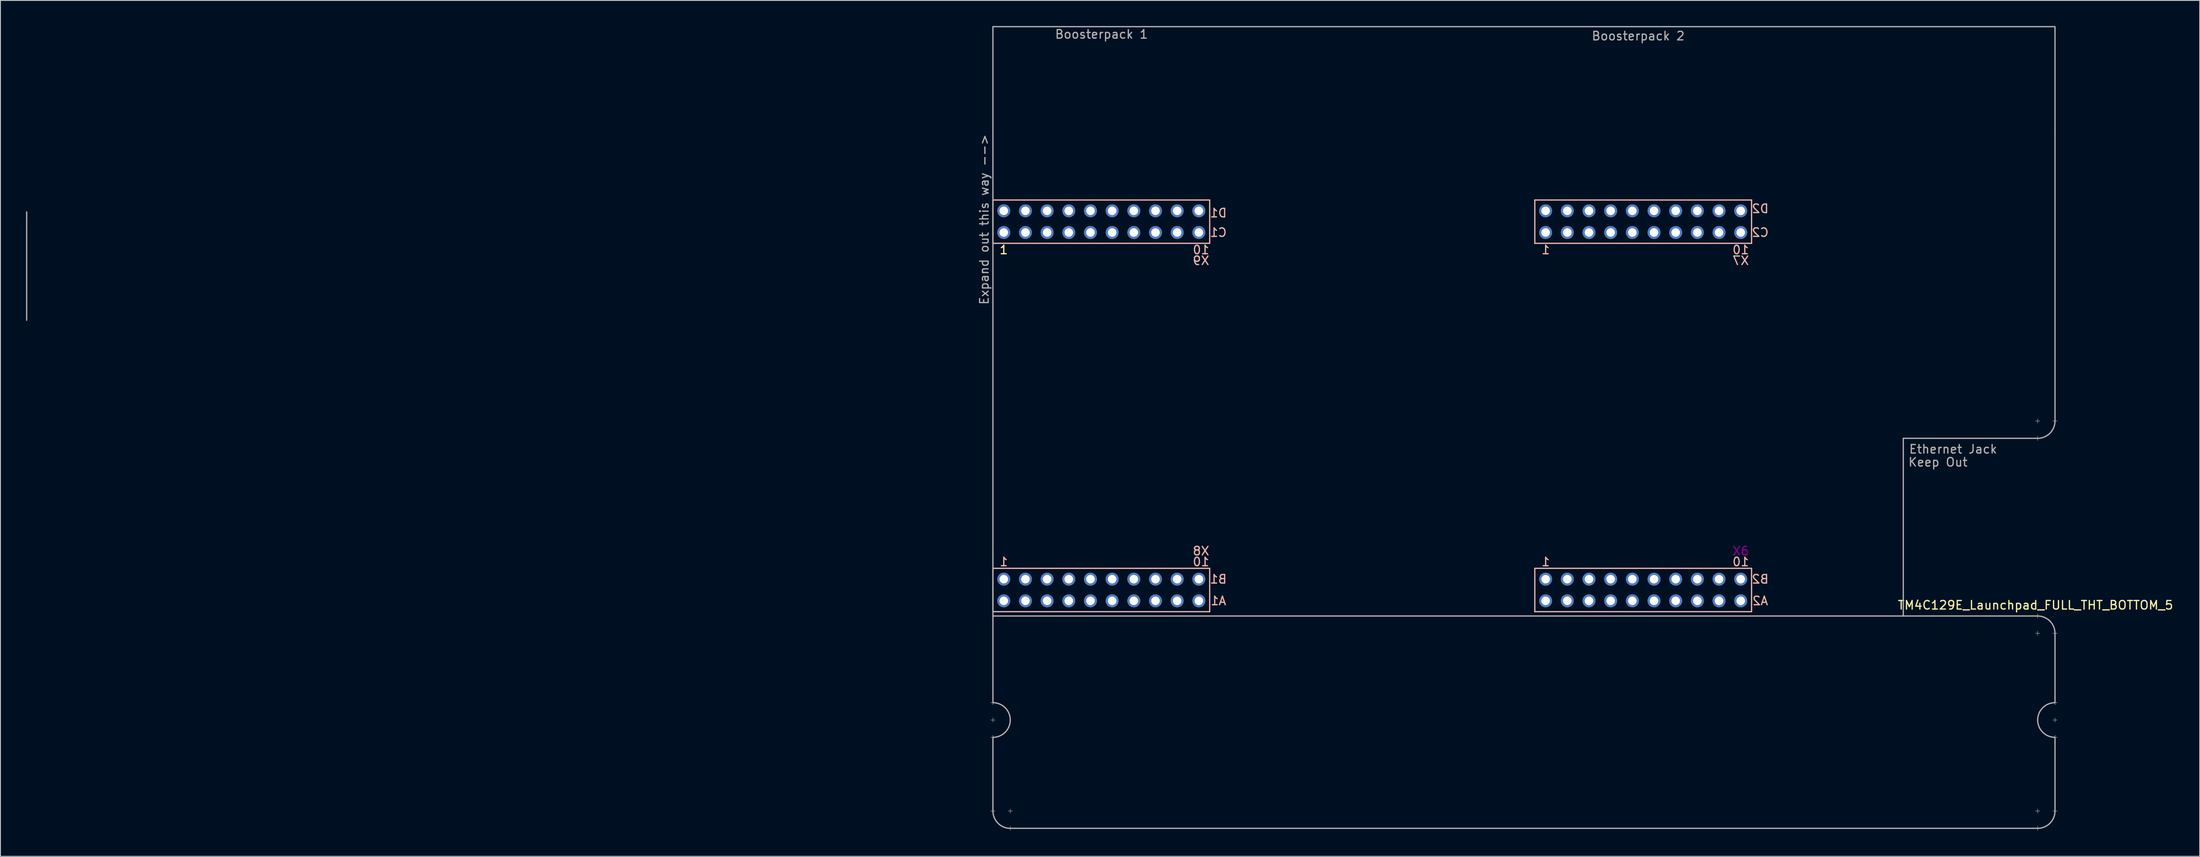
<source format=kicad_pcb>
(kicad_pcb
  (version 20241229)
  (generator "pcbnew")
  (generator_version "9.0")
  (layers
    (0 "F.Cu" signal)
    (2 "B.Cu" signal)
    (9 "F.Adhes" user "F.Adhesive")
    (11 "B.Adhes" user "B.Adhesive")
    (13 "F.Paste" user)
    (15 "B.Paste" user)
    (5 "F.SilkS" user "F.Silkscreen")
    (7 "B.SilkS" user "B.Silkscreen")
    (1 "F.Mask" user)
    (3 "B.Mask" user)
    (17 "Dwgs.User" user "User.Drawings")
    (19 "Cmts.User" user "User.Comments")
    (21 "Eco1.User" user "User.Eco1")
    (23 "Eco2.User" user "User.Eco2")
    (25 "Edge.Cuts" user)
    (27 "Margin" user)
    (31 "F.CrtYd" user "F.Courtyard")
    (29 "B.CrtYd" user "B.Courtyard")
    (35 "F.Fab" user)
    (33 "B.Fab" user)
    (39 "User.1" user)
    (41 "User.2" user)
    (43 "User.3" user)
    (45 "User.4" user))
  (footprint "TM4C129E_Launchpad_FULL_THT_BOTTOM_5"
    (layer "F.Cu")
    (at 113.308 68.655)
    (property "Reference" "TM4C129E_Launchpad_FULL_THT_BOTTOM_5" (at 122.174 -0.762 180) (layer "F.SilkS") (effects (font (size 1 1) (thickness 0.15))))
    (attr through_hole)
    (fp_line (start 0 -48.26) (end 0 -43.18) (stroke (width 0.15) (type solid)) (layer "B.SilkS"))
    (fp_line (start 0 -43.18) (end 25.4 -43.18) (stroke (width 0.15) (type solid)) (layer "B.SilkS"))
    (fp_line (start 0 -5.08) (end 0 0) (stroke (width 0.15) (type solid)) (layer "B.SilkS"))
    (fp_line (start 0 0) (end 25.4 0) (stroke (width 0.15) (type solid)) (layer "B.SilkS"))
    (fp_line (start 25.4 -48.26) (end 0 -48.26) (stroke (width 0.15) (type solid)) (layer "B.SilkS"))
    (fp_line (start 25.4 -43.18) (end 25.4 -48.26) (stroke (width 0.15) (type solid)) (layer "B.SilkS"))
    (fp_line (start 25.4 -5.08) (end 0 -5.08) (stroke (width 0.15) (type solid)) (layer "B.SilkS"))
    (fp_line (start 25.4 0) (end 25.4 -5.08) (stroke (width 0.15) (type solid)) (layer "B.SilkS"))
    (fp_line (start 63.5 -48.26) (end 63.5 -43.18) (stroke (width 0.15) (type solid)) (layer "B.SilkS"))
    (fp_line (start 63.5 -43.18) (end 88.9 -43.18) (stroke (width 0.15) (type solid)) (layer "B.SilkS"))
    (fp_line (start 63.5 -5.08) (end 63.5 0) (stroke (width 0.15) (type solid)) (layer "B.SilkS"))
    (fp_line (start 63.5 0) (end 88.9 0) (stroke (width 0.15) (type solid)) (layer "B.SilkS"))
    (fp_line (start 88.9 -48.26) (end 63.5 -48.26) (stroke (width 0.15) (type solid)) (layer "B.SilkS"))
    (fp_line (start 88.9 -43.18) (end 88.9 -48.26) (stroke (width 0.15) (type solid)) (layer "B.SilkS"))
    (fp_line (start 88.9 -5.08) (end 63.5 -5.08) (stroke (width 0.15) (type solid)) (layer "B.SilkS"))
    (fp_line (start 88.9 0) (end 88.9 -5.08) (stroke (width 0.15) (type solid)) (layer "B.SilkS"))
    (fp_line (start -113.233 -34.163) (end -113.233 -46.863) (stroke (width 0.15) (type solid)) (layer "F.Fab"))
    (fp_line (start -0.254 10.668) (end 0.254 10.668) (stroke (width 0.05) (type solid)) (layer "F.Fab"))
    (fp_line (start -0.254 12.7) (end 0.254 12.7) (stroke (width 0.05) (type solid)) (layer "F.Fab"))
    (fp_line (start -0.254 14.732) (end 0.254 14.732) (stroke (width 0.05) (type solid)) (layer "F.Fab"))
    (fp_line (start 0 -68.58) (end 124.46 -68.58) (stroke (width 0.15) (type solid)) (layer "F.Fab"))
    (fp_line (start 0 -55.88) (end 0 -68.58) (stroke (width 0.15) (type solid)) (layer "F.Fab"))
    (fp_line (start 0 -55.88) (end 0 0.508) (stroke (width 0.15) (type solid)) (layer "F.Fab"))
    (fp_line (start 0 0.508) (end 122.428 0.508) (stroke (width 0.15) (type solid)) (layer "F.Fab"))
    (fp_line (start 0 10.414) (end 0 10.922) (stroke (width 0.05) (type solid)) (layer "F.Fab"))
    (fp_line (start 0 10.668) (end 0 0.508) (stroke (width 0.15) (type solid)) (layer "F.Fab"))
    (fp_line (start 0 12.446) (end 0 12.954) (stroke (width 0.05) (type solid)) (layer "F.Fab"))
    (fp_line (start 0 14.478) (end 0 14.986) (stroke (width 0.05) (type solid)) (layer "F.Fab"))
    (fp_line (start 0 22.86) (end 0 14.732) (stroke (width 0.15) (type solid)) (layer "F.Fab"))
    (fp_line (start 0 22.86) (end 0 23.368) (stroke (width 0.15) (type solid)) (layer "F.Fab"))
    (fp_line (start 0.254 23.368) (end -0.254 23.368) (stroke (width 0.05) (type solid)) (layer "F.Fab"))
    (fp_line (start 1.778 23.368) (end 2.286 23.368) (stroke (width 0.05) (type solid)) (layer "F.Fab"))
    (fp_line (start 2.032 23.114) (end 2.032 23.622) (stroke (width 0.05) (type solid)) (layer "F.Fab"))
    (fp_line (start 2.032 25.146) (end 2.032 25.654) (stroke (width 0.05) (type solid)) (layer "F.Fab"))
    (fp_line (start 2.032 25.4) (end 2.54 25.4) (stroke (width 0.15) (type solid)) (layer "F.Fab"))
    (fp_line (start 2.54 25.4) (end 121.92 25.4) (stroke (width 0.15) (type solid)) (layer "F.Fab"))
    (fp_line (start 106.68 -20.32) (end 106.68 0.508) (stroke (width 0.15) (type solid)) (layer "F.Fab"))
    (fp_line (start 121.92 25.4) (end 122.428 25.4) (stroke (width 0.15) (type solid)) (layer "F.Fab"))
    (fp_line (start 122.174 -22.352) (end 122.682 -22.352) (stroke (width 0.05) (type solid)) (layer "F.Fab"))
    (fp_line (start 122.174 2.54) (end 122.682 2.54) (stroke (width 0.05) (type solid)) (layer "F.Fab"))
    (fp_line (start 122.174 23.368) (end 122.682 23.368) (stroke (width 0.05) (type solid)) (layer "F.Fab"))
    (fp_line (start 122.428 -22.606) (end 122.428 -22.098) (stroke (width 0.05) (type solid)) (layer "F.Fab"))
    (fp_line (start 122.428 -20.574) (end 122.428 -20.066) (stroke (width 0.05) (type solid)) (layer "F.Fab"))
    (fp_line (start 122.428 -20.32) (end 106.68 -20.32) (stroke (width 0.15) (type solid)) (layer "F.Fab"))
    (fp_line (start 122.428 0.254) (end 122.428 0.762) (stroke (width 0.05) (type solid)) (layer "F.Fab"))
    (fp_line (start 122.428 2.286) (end 122.428 2.794) (stroke (width 0.05) (type solid)) (layer "F.Fab"))
    (fp_line (start 122.428 23.114) (end 122.428 23.622) (stroke (width 0.05) (type solid)) (layer "F.Fab"))
    (fp_line (start 122.428 25.146) (end 122.428 25.654) (stroke (width 0.05) (type solid)) (layer "F.Fab"))
    (fp_line (start 124.206 -22.352) (end 124.714 -22.352) (stroke (width 0.05) (type solid)) (layer "F.Fab"))
    (fp_line (start 124.206 2.54) (end 124.714 2.54) (stroke (width 0.05) (type solid)) (layer "F.Fab"))
    (fp_line (start 124.206 10.668) (end 124.714 10.668) (stroke (width 0.05) (type solid)) (layer "F.Fab"))
    (fp_line (start 124.206 12.7) (end 124.714 12.7) (stroke (width 0.05) (type solid)) (layer "F.Fab"))
    (fp_line (start 124.206 14.732) (end 124.714 14.732) (stroke (width 0.05) (type solid)) (layer "F.Fab"))
    (fp_line (start 124.206 23.368) (end 124.714 23.368) (stroke (width 0.05) (type solid)) (layer "F.Fab"))
    (fp_line (start 124.46 -55.88) (end 124.46 -68.58) (stroke (width 0.15) (type solid)) (layer "F.Fab"))
    (fp_line (start 124.46 -55.88) (end 124.46 -22.352) (stroke (width 0.15) (type solid)) (layer "F.Fab"))
    (fp_line (start 124.46 10.414) (end 124.46 10.922) (stroke (width 0.05) (type solid)) (layer "F.Fab"))
    (fp_line (start 124.46 10.668) (end 124.46 2.54) (stroke (width 0.15) (type solid)) (layer "F.Fab"))
    (fp_line (start 124.46 12.446) (end 124.46 12.954) (stroke (width 0.05) (type solid)) (layer "F.Fab"))
    (fp_line (start 124.46 14.478) (end 124.46 14.986) (stroke (width 0.05) (type solid)) (layer "F.Fab"))
    (fp_line (start 124.46 14.732) (end 124.46 22.86) (stroke (width 0.15) (type solid)) (layer "F.Fab"))
    (fp_line (start 124.46 23.343) (end 124.46 22.86) (stroke (width 0.15) (type solid)) (layer "F.Fab"))
    (fp_arc (start 0 10.668) (mid 1.436841 11.263159) (end 2.032 12.7) (stroke (width 0.15) (type solid)) (layer "F.Fab"))
    (fp_arc (start 2.032 12.7) (mid 1.436841 14.136841) (end 0 14.732) (stroke (width 0.15) (type solid)) (layer "F.Fab"))
    (fp_arc (start 2.032 25.4) (mid 0.595159 24.804841) (end 0 23.368) (stroke (width 0.15) (type solid)) (layer "F.Fab"))
    (fp_arc (start 122.428 0.508) (mid 123.864841 1.103159) (end 124.46 2.54) (stroke (width 0.15) (type solid)) (layer "F.Fab"))
    (fp_arc (start 122.428 12.7) (mid 123.023159 11.263159) (end 124.46 10.668) (stroke (width 0.15) (type solid)) (layer "F.Fab"))
    (fp_arc (start 124.46 -22.352) (mid 123.864841 -20.915159) (end 122.428 -20.32) (stroke (width 0.15) (type solid)) (layer "F.Fab"))
    (fp_arc (start 124.46 14.732) (mid 123.023159 14.136841) (end 122.428 12.7) (stroke (width 0.15) (type solid)) (layer "F.Fab"))
    (fp_arc (start 124.46 23.368) (mid 123.864841 24.804841) (end 122.428 25.4) (stroke (width 0.15) (type solid)) (layer "F.Fab"))
    (fp_text user "1" (at 1.27 -42.418 180) (layer "F.SilkS") (effects (font (size 1 1) (thickness 0.15))))
    (fp_text user "B2" (at 89.916 -3.81 180) (layer "B.SilkS") (effects (font (size 1 1) (thickness 0.15)) (justify mirror)))
    (fp_text user "X9" (at 24.384 -41.148 180) (layer "B.SilkS") (effects (font (size 1 1) (thickness 0.15)) (justify mirror)))
    (fp_text user "10" (at 24.384 -5.842 180) (layer "B.SilkS") (effects (font (size 1 1) (thickness 0.15)) (justify mirror)))
    (fp_text user "D2" (at 89.916 -47.244 0) (layer "B.SilkS") (effects (font (size 1 1) (thickness 0.15)) (justify mirror)))
    (fp_text user "10" (at 24.384 -42.418 180) (layer "B.SilkS") (effects (font (size 1 1) (thickness 0.15)) (justify mirror)))
    (fp_text user "D1" (at 26.416 -46.736 180) (layer "B.SilkS") (effects (font (size 1 1) (thickness 0.15)) (justify mirror)))
    (fp_text user "X8" (at 24.384 -7.112 180) (layer "B.SilkS") (effects (font (size 1 1) (thickness 0.15)) (justify mirror)))
    (fp_text user "10" (at 87.63 -5.842 180) (layer "B.SilkS") (effects (font (size 1 1) (thickness 0.15)) (justify mirror)))
    (fp_text user "C1" (at 26.416 -44.45 180) (layer "B.SilkS") (effects (font (size 1 1) (thickness 0.15)) (justify mirror)))
    (fp_text user "1" (at 64.77 -5.842 180) (layer "B.SilkS") (effects (font (size 1 1) (thickness 0.15)) (justify mirror)))
    (fp_text user "C2" (at 89.916 -44.45 180) (layer "B.SilkS") (effects (font (size 1 1) (thickness 0.15)) (justify mirror)))
    (fp_text user "10" (at 87.63 -42.418 180) (layer "B.SilkS") (effects (font (size 1 1) (thickness 0.15)) (justify mirror)))
    (fp_text user "A2" (at 89.916 -1.27 180) (layer "B.SilkS") (effects (font (size 1 1) (thickness 0.15)) (justify mirror)))
    (fp_text user "X7" (at 87.63 -41.148 180) (layer "B.SilkS") (effects (font (size 1 1) (thickness 0.15)) (justify mirror)))
    (fp_text user "1" (at 64.77 -42.418 180) (layer "B.SilkS") (effects (font (size 1 1) (thickness 0.15)) (justify mirror)))
    (fp_text user "A1" (at 26.416 -1.27 180) (layer "B.SilkS") (effects (font (size 1 1) (thickness 0.15)) (justify mirror)))
    (fp_text user "1" (at 1.27 -5.842 180) (layer "B.SilkS") (effects (font (size 1 1) (thickness 0.15)) (justify mirror)))
    (fp_text user "B1" (at 26.416 -3.81 180) (layer "B.SilkS") (effects (font (size 1 1) (thickness 0.15)) (justify mirror)))
    (fp_text user "X6" (at 87.63 -7.112 0) (layer "F.Adhes") (effects (font (size 1 1) (thickness 0.15))))
    (fp_text user "Boosterpack 1" (at 12.725 -67.691 0) (layer "F.Fab") (effects (font (size 1 1) (thickness 0.15))))
    (fp_text user "Ethernet Jack" (at 112.522 -19.05 0) (layer "F.Fab") (effects (font (size 1 1) (thickness 0.15))))
    (fp_text user "Boosterpack 2" (at 75.616 -67.488 0) (layer "F.Fab") (effects (font (size 1 1) (thickness 0.15))))
    (fp_text user "Expand out this way -->" (at -1.016 -45.974 90) (layer "F.Fab") (effects (font (size 1 1) (thickness 0.15))))
    (fp_text user "Keep Out" (at 110.744 -17.526 0) (layer "F.Fab") (effects (font (size 1 1) (thickness 0.15))))
    (pad "+3V3" thru_hole circle (at 1.27 -1.27 180) (size 1.52 1.52) (drill 1) (layers "*.Cu" "*.Mask" "F.Paste"))
    (pad "+3V3" thru_hole circle (at 64.77 -1.27 180) (size 1.52 1.52) (drill 1) (layers "*.Cu" "*.Mask" "F.Paste"))
    (pad "+5V" thru_hole circle (at 1.27 -3.81 180) (size 1.52 1.52) (drill 1) (layers "*.Cu" "*.Mask" "F.Paste"))
    (pad "+5V`" thru_hole circle (at 64.77 -3.81 180) (size 1.52 1.52) (drill 1) (layers "*.Cu" "*.Mask" "F.Paste"))
    (pad "GND" thru_hole circle (at 1.27 -46.99 180) (size 1.52 1.52) (drill 1) (layers "*.Cu" "*.Mask" "F.Paste"))
    (pad "GND" thru_hole circle (at 3.81 -3.81 180) (size 1.52 1.52) (drill 1) (layers "*.Cu" "*.Mask" "F.Paste"))
    (pad "GND" thru_hole circle (at 64.77 -46.99 180) (size 1.52 1.52) (drill 1) (layers "*.Cu" "*.Mask" "F.Paste"))
    (pad "GND" thru_hole circle (at 67.31 -3.81 180) (size 1.52 1.52) (drill 1) (layers "*.Cu" "*.Mask" "F.Paste"))
    (pad "PA4" thru_hole circle (at 85.09 -3.81 180) (size 1.52 1.52) (drill 1) (layers "*.Cu" "*.Mask" "F.Paste"))
    (pad "PA5" thru_hole circle (at 87.63 -3.81 180) (size 1.52 1.52) (drill 1) (layers "*.Cu" "*.Mask" "F.Paste"))
    (pad "PA6" thru_hole circle (at 19.05 -3.81 180) (size 1.52 1.52) (drill 1) (layers "*.Cu" "*.Mask" "F.Paste"))
    (pad "PA7" thru_hole circle (at 72.39 -46.99 180) (size 1.52 1.52) (drill 1) (layers "*.Cu" "*.Mask" "F.Paste"))
    (pad "PB2" thru_hole circle (at 21.59 -1.27 180) (size 1.52 1.52) (drill 1) (layers "*.Cu" "*.Mask" "F.Paste"))
    (pad "PB3" thru_hole circle (at 24.13 -1.27 180) (size 1.52 1.52) (drill 1) (layers "*.Cu" "*.Mask" "F.Paste"))
    (pad "PB4" thru_hole circle (at 69.85 -3.81 180) (size 1.52 1.52) (drill 1) (layers "*.Cu" "*.Mask" "F.Paste"))
    (pad "PB5" thru_hole circle (at 72.39 -3.81 180) (size 1.52 1.52) (drill 1) (layers "*.Cu" "*.Mask" "F.Paste"))
    (pad "PC4" thru_hole circle (at 6.35 -1.27 180) (size 1.52 1.52) (drill 1) (layers "*.Cu" "*.Mask" "F.Paste"))
    (pad "PC5" thru_hole circle (at 8.89 -1.27 180) (size 1.52 1.52) (drill 1) (layers "*.Cu" "*.Mask" "F.Paste"))
    (pad "PC6" thru_hole circle (at 11.43 -1.27 180) (size 1.52 1.52) (drill 1) (layers "*.Cu" "*.Mask" "F.Paste"))
    (pad "PC7" thru_hole circle (at 19.05 -1.27 180) (size 1.52 1.52) (drill 1) (layers "*.Cu" "*.Mask" "F.Paste"))
    (pad "PD0" thru_hole circle (at 16.51 -46.99 180) (size 1.52 1.52) (drill 1) (layers "*.Cu" "*.Mask" "F.Paste"))
    (pad "PD1" thru_hole circle (at 13.97 -46.99 180) (size 1.52 1.52) (drill 1) (layers "*.Cu" "*.Mask" "F.Paste"))
    (pad "PD2" thru_hole circle (at 67.31 -1.27 180) (size 1.52 1.52) (drill 1) (layers "*.Cu" "*.Mask" "F.Paste"))
    (pad "PD3" thru_hole circle (at 16.51 -1.27 180) (size 1.52 1.52) (drill 1) (layers "*.Cu" "*.Mask" "F.Paste"))
    (pad "PD4" thru_hole circle (at 74.93 -1.27 180) (size 1.52 1.52) (drill 1) (layers "*.Cu" "*.Mask" "F.Paste"))
    (pad "PD5" thru_hole circle (at 77.47 -1.27 180) (size 1.52 1.52) (drill 1) (layers "*.Cu" "*.Mask" "F.Paste"))
    (pad "PD7" thru_hole circle (at 16.51 -3.81 180) (size 1.52 1.52) (drill 1) (layers "*.Cu" "*.Mask" "F.Paste"))
    (pad "PE0" thru_hole circle (at 6.35 -3.81 180) (size 1.52 1.52) (drill 1) (layers "*.Cu" "*.Mask" "F.Paste"))
    (pad "PE1" thru_hole circle (at 8.89 -3.81 180) (size 1.52 1.52) (drill 1) (layers "*.Cu" "*.Mask" "F.Paste"))
    (pad "PE2" thru_hole circle (at 11.43 -3.81 180) (size 1.52 1.52) (drill 1) (layers "*.Cu" "*.Mask" "F.Paste"))
    (pad "PE3" thru_hole circle (at 13.97 -3.81 180) (size 1.52 1.52) (drill 1) (layers "*.Cu" "*.Mask" "F.Paste"))
    (pad "PE4" thru_hole circle (at 3.81 -1.27 180) (size 1.52 1.52) (drill 1) (layers "*.Cu" "*.Mask" "F.Paste"))
    (pad "PE5" thru_hole circle (at 13.97 -1.27 180) (size 1.52 1.52) (drill 1) (layers "*.Cu" "*.Mask" "F.Paste"))
    (pad "PF1" thru_hole circle (at 1.27 -44.45 180) (size 1.52 1.52) (drill 1) (layers "*.Cu" "*.Mask" "F.Paste"))
    (pad "PF2" thru_hole circle (at 3.81 -44.45 180) (size 1.52 1.52) (drill 1) (layers "*.Cu" "*.Mask" "F.Paste"))
    (pad "PF3" thru_hole circle (at 6.35 -44.45 180) (size 1.52 1.52) (drill 1) (layers "*.Cu" "*.Mask" "F.Paste"))
    (pad "PG0" thru_hole circle (at 8.89 -44.45 180) (size 1.52 1.52) (drill 1) (layers "*.Cu" "*.Mask" "F.Paste"))
    (pad "PG1" thru_hole circle (at 64.77 -44.45 180) (size 1.52 1.52) (drill 1) (layers "*.Cu" "*.Mask" "F.Paste"))
    (pad "PH0" thru_hole circle (at 80.01 -44.45 180) (size 1.52 1.52) (drill 1) (layers "*.Cu" "*.Mask" "F.Paste"))
    (pad "PH1" thru_hole circle (at 82.55 -44.45 180) (size 1.52 1.52) (drill 1) (layers "*.Cu" "*.Mask" "F.Paste"))
    (pad "PH2" thru_hole circle (at 6.35 -46.99 180) (size 1.52 1.52) (drill 1) (layers "*.Cu" "*.Mask" "F.Paste"))
    (pad "PH3" thru_hole circle (at 8.89 -46.99 180) (size 1.52 1.52) (drill 1) (layers "*.Cu" "*.Mask" "F.Paste"))
    (pad "PK0" thru_hole circle (at 74.93 -3.81 180) (size 1.52 1.52) (drill 1) (layers "*.Cu" "*.Mask" "F.Paste"))
    (pad "PK1" thru_hole circle (at 77.47 -3.81 180) (size 1.52 1.52) (drill 1) (layers "*.Cu" "*.Mask" "F.Paste"))
    (pad "PK2" thru_hole circle (at 80.01 -3.81 180) (size 1.52 1.52) (drill 1) (layers "*.Cu" "*.Mask" "F.Paste"))
    (pad "PK3" thru_hole circle (at 82.55 -3.81 180) (size 1.52 1.52) (drill 1) (layers "*.Cu" "*.Mask" "F.Paste"))
    (pad "PK4" thru_hole circle (at 67.31 -44.45 180) (size 1.52 1.52) (drill 1) (layers "*.Cu" "*.Mask" "F.Paste"))
    (pad "PK5" thru_hole circle (at 69.85 -44.45 180) (size 1.52 1.52) (drill 1) (layers "*.Cu" "*.Mask" "F.Paste"))
    (pad "PK6" thru_hole circle (at 85.09 -44.45 180) (size 1.52 1.52) (drill 1) (layers "*.Cu" "*.Mask" "F.Paste"))
    (pad "PK7" thru_hole circle (at 87.63 -44.45 180) (size 1.52 1.52) (drill 1) (layers "*.Cu" "*.Mask" "F.Paste"))
    (pad "PL0" thru_hole circle (at 16.51 -44.45 180) (size 1.52 1.52) (drill 1) (layers "*.Cu" "*.Mask" "F.Paste"))
    (pad "PL1" thru_hole circle (at 19.05 -44.45 180) (size 1.52 1.52) (drill 1) (layers "*.Cu" "*.Mask" "F.Paste"))
    (pad "PL2" thru_hole circle (at 21.59 -44.45 180) (size 1.52 1.52) (drill 1) (layers "*.Cu" "*.Mask" "F.Paste"))
    (pad "PL3" thru_hole circle (at 24.13 -44.45 180) (size 1.52 1.52) (drill 1) (layers "*.Cu" "*.Mask" "F.Paste"))
    (pad "PL4" thru_hole circle (at 11.43 -44.45 180) (size 1.52 1.52) (drill 1) (layers "*.Cu" "*.Mask" "F.Paste"))
    (pad "PL5" thru_hole circle (at 13.97 -44.45 180) (size 1.52 1.52) (drill 1) (layers "*.Cu" "*.Mask" "F.Paste"))
    (pad "PM0" thru_hole circle (at 72.39 -44.45 180) (size 1.52 1.52) (drill 1) (layers "*.Cu" "*.Mask" "F.Paste"))
    (pad "PM1" thru_hole circle (at 74.93 -44.45 180) (size 1.52 1.52) (drill 1) (layers "*.Cu" "*.Mask" "F.Paste"))
    (pad "PM2" thru_hole circle (at 77.47 -44.45 180) (size 1.52 1.52) (drill 1) (layers "*.Cu" "*.Mask" "F.Paste"))
    (pad "PM3" thru_hole circle (at 3.81 -46.99 180) (size 1.52 1.52) (drill 1) (layers "*.Cu" "*.Mask" "F.Paste"))
    (pad "PM4" thru_hole circle (at 21.59 -3.81 180) (size 1.52 1.52) (drill 1) (layers "*.Cu" "*.Mask" "F.Paste"))
    (pad "PM5" thru_hole circle (at 24.13 -3.81 180) (size 1.52 1.52) (drill 1) (layers "*.Cu" "*.Mask" "F.Paste"))
    (pad "PM6" thru_hole circle (at 87.63 -46.99 180) (size 1.52 1.52) (drill 1) (layers "*.Cu" "*.Mask" "F.Paste"))
    (pad "PM7" thru_hole circle (at 67.31 -46.99 180) (size 1.52 1.52) (drill 1) (layers "*.Cu" "*.Mask" "F.Paste"))
    (pad "PN2" thru_hole circle (at 19.05 -46.99 180) (size 1.52 1.52) (drill 1) (layers "*.Cu" "*.Mask" "F.Paste"))
    (pad "PN3" thru_hole circle (at 21.59 -46.99 180) (size 1.52 1.52) (drill 1) (layers "*.Cu" "*.Mask" "F.Paste"))
    (pad "PN4" thru_hole circle (at 87.63 -1.27 180) (size 1.52 1.52) (drill 1) (layers "*.Cu" "*.Mask" "F.Paste"))
    (pad "PN5" thru_hole circle (at 85.09 -1.27 180) (size 1.52 1.52) (drill 1) (layers "*.Cu" "*.Mask" "F.Paste"))
    (pad "PP0" thru_hole circle (at 69.85 -1.27 180) (size 1.52 1.52) (drill 1) (layers "*.Cu" "*.Mask" "F.Paste"))
    (pad "PP1" thru_hole circle (at 72.39 -1.27 180) (size 1.52 1.52) (drill 1) (layers "*.Cu" "*.Mask" "F.Paste"))
    (pad "PP2" thru_hole circle (at 24.13 -46.99 180) (size 1.52 1.52) (drill 1) (layers "*.Cu" "*.Mask" "F.Paste"))
    (pad "PP3" thru_hole circle (at 82.55 -46.99 180) (size 1.52 1.52) (drill 1) (layers "*.Cu" "*.Mask" "F.Paste"))
    (pad "PP4" thru_hole circle (at 82.55 -1.27 180) (size 1.52 1.52) (drill 1) (layers "*.Cu" "*.Mask" "F.Paste"))
    (pad "PP5" thru_hole circle (at 69.85 -46.99 180) (size 1.52 1.52) (drill 1) (layers "*.Cu" "*.Mask" "F.Paste"))
    (pad "PQ0" thru_hole circle (at 80.01 -1.27 180) (size 1.52 1.52) (drill 1) (layers "*.Cu" "*.Mask" "F.Paste"))
    (pad "PQ1" thru_hole circle (at 85.09 -46.99 180) (size 1.52 1.52) (drill 1) (layers "*.Cu" "*.Mask" "F.Paste"))
    (pad "PQ2" thru_hole circle (at 77.47 -46.99 180) (size 1.52 1.52) (drill 1) (layers "*.Cu" "*.Mask" "F.Paste"))
    (pad "PQ3" thru_hole circle (at 80.01 -46.99 180) (size 1.52 1.52) (drill 1) (layers "*.Cu" "*.Mask" "F.Paste"))
    (pad "Rese" thru_hole circle (at 11.43 -46.99 180) (size 1.52 1.52) (drill 1) (layers "*.Cu" "*.Mask" "F.Paste"))
    (pad "Rese`" thru_hole circle (at 74.93 -46.99 180) (size 1.52 1.52) (drill 1) (layers "*.Cu" "*.Mask" "F.Paste")))
  (gr_rect
    (start -3 -3)
    (end 254.726 97.334)
    (stroke (width 0.1) (type default))
    (fill no)
    (layer "Edge.Cuts")))
</source>
